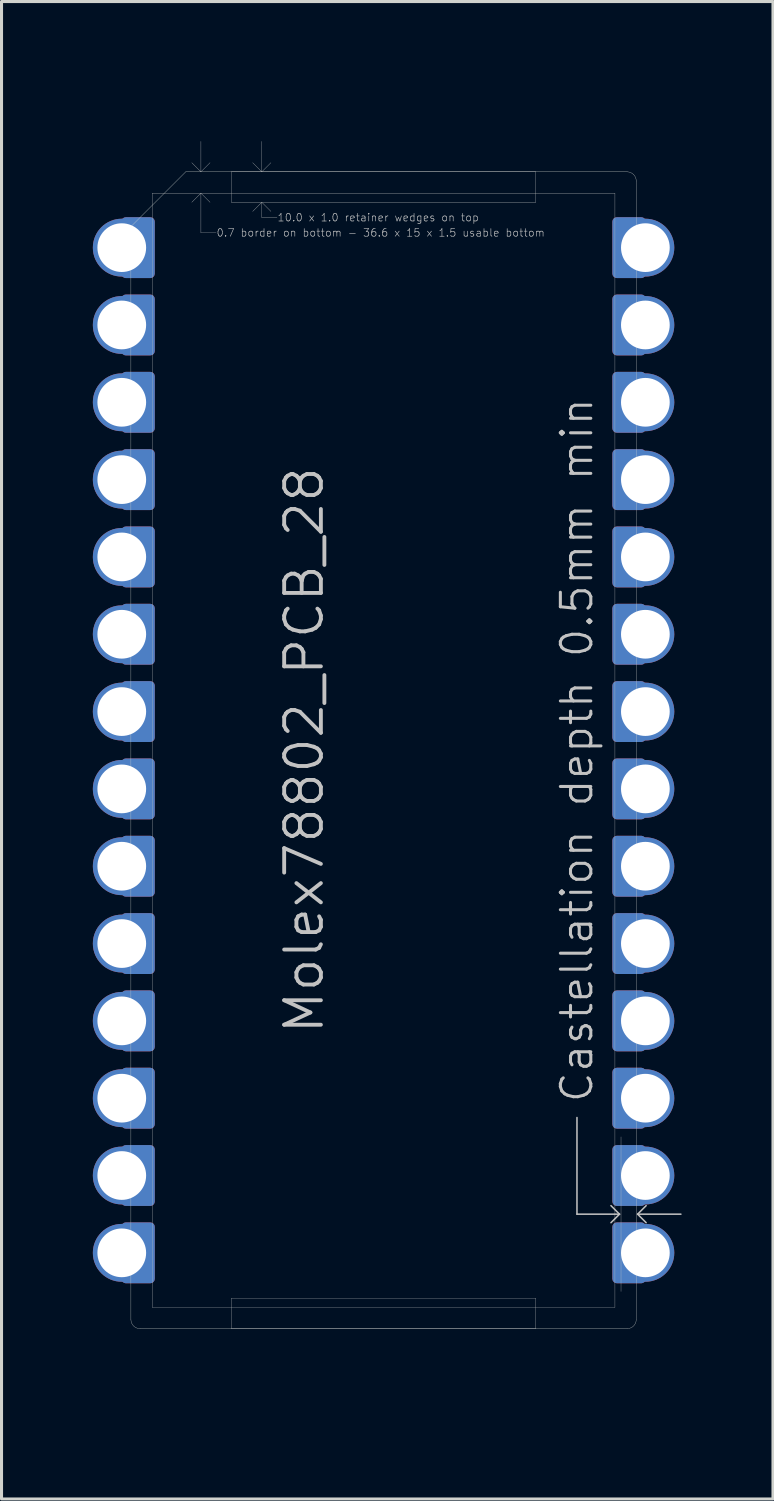
<source format=kicad_pcb>
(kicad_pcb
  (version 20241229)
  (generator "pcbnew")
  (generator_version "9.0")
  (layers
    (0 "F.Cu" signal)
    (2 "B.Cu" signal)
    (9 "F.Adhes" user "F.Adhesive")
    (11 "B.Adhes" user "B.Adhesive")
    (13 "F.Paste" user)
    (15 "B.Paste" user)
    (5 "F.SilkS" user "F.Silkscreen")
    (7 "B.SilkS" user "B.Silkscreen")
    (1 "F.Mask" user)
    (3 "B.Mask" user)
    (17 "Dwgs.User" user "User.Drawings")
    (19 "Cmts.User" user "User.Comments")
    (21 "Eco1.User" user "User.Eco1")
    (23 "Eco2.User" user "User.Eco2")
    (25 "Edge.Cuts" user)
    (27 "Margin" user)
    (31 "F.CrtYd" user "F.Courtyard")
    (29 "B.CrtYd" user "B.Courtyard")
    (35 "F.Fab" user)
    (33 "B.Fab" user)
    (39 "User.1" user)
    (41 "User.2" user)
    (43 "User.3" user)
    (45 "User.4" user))
  (footprint "Molex78802_PCB_28"
    (layer "F.Cu")
    (at 9.55 21.595)
    (property "Reference" "Molex78802_PCB_28" (at -1.905 0 270) (layer "Dwgs.User") (effects (font (size 1.206 1.206) (thickness 0.127)) (justify bottom)))
    (attr exclude_from_pos_files exclude_from_bom)
    (fp_line (start -7.6 -18.3) (end -7.6 18.3) (stroke (width 0.01) (type solid)) (layer "Dwgs.User"))
    (fp_line (start -7.6 -18.3) (end 7.6 -18.3) (stroke (width 0.01) (type solid)) (layer "Dwgs.User"))
    (fp_line (start -7.6 18.3) (end 7.6 18.3) (stroke (width 0.01) (type solid)) (layer "Dwgs.User"))
    (fp_line (start -6 -19) (end -6.3 -19.3) (stroke (width 0.01) (type solid)) (layer "Dwgs.User"))
    (fp_line (start -6 -19) (end -6 -20) (stroke (width 0.01) (type solid)) (layer "Dwgs.User"))
    (fp_line (start -6 -19) (end -5.7 -19.3) (stroke (width 0.01) (type solid)) (layer "Dwgs.User"))
    (fp_line (start -6 -18.3) (end -6.3 -18) (stroke (width 0.01) (type solid)) (layer "Dwgs.User"))
    (fp_line (start -6 -18.3) (end -6 -17) (stroke (width 0.01) (type solid)) (layer "Dwgs.User"))
    (fp_line (start -6 -18.3) (end -5.7 -18) (stroke (width 0.01) (type solid)) (layer "Dwgs.User"))
    (fp_line (start -6 -17) (end -5.5 -17) (stroke (width 0.01) (type solid)) (layer "Dwgs.User"))
    (fp_line (start -5 -19) (end -5 -18) (stroke (width 0.01) (type solid)) (layer "Dwgs.User"))
    (fp_line (start -5 -18) (end 5 -18) (stroke (width 0.01) (type solid)) (layer "Dwgs.User"))
    (fp_line (start -5 18) (end -5 19) (stroke (width 0.01) (type solid)) (layer "Dwgs.User"))
    (fp_line (start -5 18) (end 5 18) (stroke (width 0.01) (type solid)) (layer "Dwgs.User"))
    (fp_line (start -5 19) (end 5 19) (stroke (width 0.01) (type solid)) (layer "Dwgs.User"))
    (fp_line (start -4 -19) (end -4.3 -19.3) (stroke (width 0.01) (type solid)) (layer "Dwgs.User"))
    (fp_line (start -4 -19) (end -4 -20) (stroke (width 0.01) (type solid)) (layer "Dwgs.User"))
    (fp_line (start -4 -19) (end -3.7 -19.3) (stroke (width 0.01) (type solid)) (layer "Dwgs.User"))
    (fp_line (start -4 -18) (end -4.3 -17.7) (stroke (width 0.01) (type solid)) (layer "Dwgs.User"))
    (fp_line (start -4 -18) (end -4 -17.5) (stroke (width 0.01) (type solid)) (layer "Dwgs.User"))
    (fp_line (start -4 -18) (end -3.7 -17.7) (stroke (width 0.01) (type solid)) (layer "Dwgs.User"))
    (fp_line (start -4 -17.5) (end -3.5 -17.5) (stroke (width 0.01) (type solid)) (layer "Dwgs.User"))
    (fp_line (start 5 -19) (end -5 -19) (stroke (width 0.01) (type solid)) (layer "Dwgs.User"))
    (fp_line (start 5 -18) (end 5 -19) (stroke (width 0.01) (type solid)) (layer "Dwgs.User"))
    (fp_line (start 5 19) (end 5 18) (stroke (width 0.01) (type solid)) (layer "Dwgs.User"))
    (fp_line (start 6.353 12.065) (end 6.353 15.24) (stroke (width 0.05) (type solid)) (layer "Dwgs.User"))
    (fp_line (start 6.353 15.24) (end 7.75 15.24) (stroke (width 0.05) (type solid)) (layer "Dwgs.User"))
    (fp_line (start 7.47 14.96) (end 7.75 15.24) (stroke (width 0.05) (type solid)) (layer "Dwgs.User"))
    (fp_line (start 7.6 -18.3) (end 7.6 18.3) (stroke (width 0.01) (type solid)) (layer "Dwgs.User"))
    (fp_line (start 7.75 15.24) (end 7.47 15.52) (stroke (width 0.05) (type solid)) (layer "Dwgs.User"))
    (fp_line (start 7.8 17.78) (end 7.8 12.7) (stroke (width 0.01) (type solid)) (layer "Dwgs.User"))
    (fp_line (start 8.345 15.24) (end 8.625 15.52) (stroke (width 0.05) (type solid)) (layer "Dwgs.User"))
    (fp_line (start 8.37 15.24) (end 9.767 15.24) (stroke (width 0.05) (type solid)) (layer "Dwgs.User"))
    (fp_line (start 8.625 14.96) (end 8.345 15.24) (stroke (width 0.05) (type solid)) (layer "Dwgs.User"))
    (fp_line (start -8.26 -19.05) (end -0.762 -19.05) (stroke (width 0.01) (type solid)) (layer "Eco1.User"))
    (fp_line (start -8.26 19.05) (end -8.26 -19.05) (stroke (width 0.01) (type solid)) (layer "Eco1.User"))
    (fp_line (start -8.26 19.05) (end -4.559 19.05) (stroke (width 0.01) (type solid)) (layer "Eco1.User"))
    (fp_line (start -4.559 19.05) (end -4.559 21.59) (stroke (width 0.01) (type solid)) (layer "Eco1.User"))
    (fp_line (start -4.559 21.59) (end -3.035 21.59) (stroke (width 0.01) (type solid)) (layer "Eco1.User"))
    (fp_line (start -3.035 21.59) (end -3.035 19.05) (stroke (width 0.01) (type solid)) (layer "Eco1.User"))
    (fp_line (start -0.762 -21.59) (end 0.762 -21.59) (stroke (width 0.01) (type solid)) (layer "Eco1.User"))
    (fp_line (start -0.762 -19.05) (end -0.762 -21.59) (stroke (width 0.01) (type solid)) (layer "Eco1.User"))
    (fp_line (start 0.762 -21.59) (end 0.762 -19.05) (stroke (width 0.01) (type solid)) (layer "Eco1.User"))
    (fp_line (start 0.762 -19.05) (end 8.26 -19.05) (stroke (width 0.01) (type solid)) (layer "Eco1.User"))
    (fp_line (start 3.035 19.05) (end -3.035 19.05) (stroke (width 0.01) (type solid)) (layer "Eco1.User"))
    (fp_line (start 3.035 21.59) (end 3.035 19.05) (stroke (width 0.01) (type solid)) (layer "Eco1.User"))
    (fp_line (start 4.559 19.05) (end 4.559 21.59) (stroke (width 0.01) (type solid)) (layer "Eco1.User"))
    (fp_line (start 4.559 19.05) (end 8.26 19.05) (stroke (width 0.01) (type solid)) (layer "Eco1.User"))
    (fp_line (start 4.559 21.59) (end 3.035 21.59) (stroke (width 0.01) (type solid)) (layer "Eco1.User"))
    (fp_line (start 8.26 19.05) (end 8.26 -19.05) (stroke (width 0.01) (type solid)) (layer "Eco1.User"))
    (fp_line (start -8.3 18.7) (end -8.3 -17.2) (stroke (width 0.01) (type solid)) (layer "Edge.Cuts"))
    (fp_line (start -8 19) (end 8 19) (stroke (width 0.01) (type solid)) (layer "Edge.Cuts"))
    (fp_line (start -6.5 -19) (end -8.3 -17.2) (stroke (width 0.01) (type solid)) (layer "Edge.Cuts"))
    (fp_line (start 8 -19) (end -6.5 -19) (stroke (width 0.01) (type solid)) (layer "Edge.Cuts"))
    (fp_line (start 8.3 18.7) (end 8.3 -18.7) (stroke (width 0.01) (type solid)) (layer "Edge.Cuts"))
    (fp_arc (start -8 19) (mid -8.212132 18.912132) (end -8.3 18.7) (stroke (width 0.01) (type solid)) (layer "Edge.Cuts"))
    (fp_arc (start 8 -19) (mid 8.212132 -18.912132) (end 8.3 -18.7) (stroke (width 0.01) (type solid)) (layer "Edge.Cuts"))
    (fp_arc (start 8.3 18.7) (mid 8.212132 18.912132) (end 8 19) (stroke (width 0.01) (type solid)) (layer "Edge.Cuts"))
    (fp_text user "Castellation depth 0.5mm min" (at 6.35 0 270) (layer "Dwgs.User") (effects (font (size 1 1) (thickness 0.1))))
    (fp_text user "0.7 border on bottom - 36.6 x 15 x 1.5 usable bottom" (at -5.5 -17 0) (layer "Dwgs.User") (effects (font (size 0.25 0.25) (thickness 0.02)) (justify left)))
    (fp_text user "10.0 x 1.0 retainer wedges on top" (at -3.5 -17.5 0) (layer "Dwgs.User") (effects (font (size 0.25 0.25) (thickness 0.02)) (justify left)))
    (fp_text user "Eco1.User alternate Edge.Cuts for use without carrier." (at -4.445 0 270) (layer "Eco1.User") (effects (font (size 0.8 0.8) (thickness 0.05))))
    (pad "1" thru_hole circle (at -8.6 -16.51) (size 1.9 1.9) (drill 1.6) (property pad_prop_castellated) (layers "*.Cu" "*.Mask"))
    (pad "1" smd roundrect (at -8.065 -16.51) (size 1.1 2) (layers "F.Cu") (roundrect_rratio 0.136))
    (pad "1" smd roundrect (at -8.065 -16.51) (size 1.1 2) (layers "B.Cu") (roundrect_rratio 0.136))
    (pad "2" thru_hole circle (at -8.6 -13.97) (size 1.9 1.9) (drill 1.6) (property pad_prop_castellated) (layers "*.Cu" "*.Mask"))
    (pad "2" smd roundrect (at -8.065 -13.97) (size 1.1 2) (layers "F.Cu") (roundrect_rratio 0.136))
    (pad "2" smd roundrect (at -8.065 -13.97) (size 1.1 2) (layers "B.Cu") (roundrect_rratio 0.136))
    (pad "3" thru_hole circle (at -8.6 -11.43) (size 1.9 1.9) (drill 1.6) (property pad_prop_castellated) (layers "*.Cu" "*.Mask"))
    (pad "3" smd roundrect (at -8.065 -11.43) (size 1.1 2) (layers "F.Cu") (roundrect_rratio 0.136))
    (pad "3" smd roundrect (at -8.065 -11.43) (size 1.1 2) (layers "B.Cu") (roundrect_rratio 0.136))
    (pad "4" thru_hole circle (at -8.6 -8.89) (size 1.9 1.9) (drill 1.6) (property pad_prop_castellated) (layers "*.Cu" "*.Mask"))
    (pad "4" smd roundrect (at -8.065 -8.89) (size 1.1 2) (layers "F.Cu") (roundrect_rratio 0.136))
    (pad "4" smd roundrect (at -8.065 -8.89) (size 1.1 2) (layers "B.Cu") (roundrect_rratio 0.136))
    (pad "5" thru_hole circle (at -8.6 -6.35) (size 1.9 1.9) (drill 1.6) (property pad_prop_castellated) (layers "*.Cu" "*.Mask"))
    (pad "5" smd roundrect (at -8.065 -6.35) (size 1.1 2) (layers "F.Cu") (roundrect_rratio 0.136))
    (pad "5" smd roundrect (at -8.065 -6.35) (size 1.1 2) (layers "B.Cu") (roundrect_rratio 0.136))
    (pad "6" thru_hole circle (at -8.6 -3.81) (size 1.9 1.9) (drill 1.6) (property pad_prop_castellated) (layers "*.Cu" "*.Mask"))
    (pad "6" smd roundrect (at -8.065 -3.81) (size 1.1 2) (layers "F.Cu") (roundrect_rratio 0.136))
    (pad "6" smd roundrect (at -8.065 -3.81) (size 1.1 2) (layers "B.Cu") (roundrect_rratio 0.136))
    (pad "7" thru_hole circle (at -8.6 -1.27) (size 1.9 1.9) (drill 1.6) (property pad_prop_castellated) (layers "*.Cu" "*.Mask"))
    (pad "7" smd roundrect (at -8.065 -1.27) (size 1.1 2) (layers "F.Cu") (roundrect_rratio 0.136))
    (pad "7" smd roundrect (at -8.065 -1.27) (size 1.1 2) (layers "B.Cu") (roundrect_rratio 0.136))
    (pad "8" thru_hole circle (at -8.6 1.27) (size 1.9 1.9) (drill 1.6) (property pad_prop_castellated) (layers "*.Cu" "*.Mask"))
    (pad "8" smd roundrect (at -8.065 1.27) (size 1.1 2) (layers "F.Cu") (roundrect_rratio 0.136))
    (pad "8" smd roundrect (at -8.065 1.27) (size 1.1 2) (layers "B.Cu") (roundrect_rratio 0.136))
    (pad "9" thru_hole circle (at -8.6 3.81) (size 1.9 1.9) (drill 1.6) (property pad_prop_castellated) (layers "*.Cu" "*.Mask"))
    (pad "9" smd roundrect (at -8.065 3.81) (size 1.1 2) (layers "F.Cu") (roundrect_rratio 0.136))
    (pad "9" smd roundrect (at -8.065 3.81) (size 1.1 2) (layers "B.Cu") (roundrect_rratio 0.136))
    (pad "10" thru_hole circle (at -8.6 6.35) (size 1.9 1.9) (drill 1.6) (property pad_prop_castellated) (layers "*.Cu" "*.Mask"))
    (pad "10" smd roundrect (at -8.065 6.35) (size 1.1 2) (layers "F.Cu") (roundrect_rratio 0.136))
    (pad "10" smd roundrect (at -8.065 6.35) (size 1.1 2) (layers "B.Cu") (roundrect_rratio 0.136))
    (pad "11" thru_hole circle (at -8.6 8.89) (size 1.9 1.9) (drill 1.6) (property pad_prop_castellated) (layers "*.Cu" "*.Mask"))
    (pad "11" smd roundrect (at -8.065 8.89) (size 1.1 2) (layers "F.Cu") (roundrect_rratio 0.136))
    (pad "11" smd roundrect (at -8.065 8.89) (size 1.1 2) (layers "B.Cu") (roundrect_rratio 0.136))
    (pad "12" thru_hole circle (at -8.6 11.43) (size 1.9 1.9) (drill 1.6) (property pad_prop_castellated) (layers "*.Cu" "*.Mask"))
    (pad "12" smd roundrect (at -8.065 11.43) (size 1.1 2) (layers "F.Cu") (roundrect_rratio 0.136))
    (pad "12" smd roundrect (at -8.065 11.43) (size 1.1 2) (layers "B.Cu") (roundrect_rratio 0.136))
    (pad "13" thru_hole circle (at -8.6 13.97) (size 1.9 1.9) (drill 1.6) (property pad_prop_castellated) (layers "*.Cu" "*.Mask"))
    (pad "13" smd roundrect (at -8.065 13.97) (size 1.1 2) (layers "F.Cu") (roundrect_rratio 0.136))
    (pad "13" smd roundrect (at -8.065 13.97) (size 1.1 2) (layers "B.Cu") (roundrect_rratio 0.136))
    (pad "14" thru_hole circle (at -8.6 16.51) (size 1.9 1.9) (drill 1.6) (property pad_prop_castellated) (layers "*.Cu" "*.Mask"))
    (pad "14" smd roundrect (at -8.065 16.51) (size 1.1 2) (layers "F.Cu") (roundrect_rratio 0.136))
    (pad "14" smd roundrect (at -8.065 16.51) (size 1.1 2) (layers "B.Cu") (roundrect_rratio 0.136))
    (pad "15" smd roundrect (at 8.065 16.51) (size 1.1 2) (layers "F.Cu") (roundrect_rratio 0.136))
    (pad "15" smd roundrect (at 8.065 16.51) (size 1.1 2) (layers "B.Cu") (roundrect_rratio 0.136))
    (pad "15" thru_hole circle (at 8.6 16.51) (size 1.9 1.9) (drill 1.6) (property pad_prop_castellated) (layers "*.Cu" "*.Mask"))
    (pad "16" smd roundrect (at 8.065 13.97) (size 1.1 2) (layers "F.Cu") (roundrect_rratio 0.136))
    (pad "16" smd roundrect (at 8.065 13.97) (size 1.1 2) (layers "B.Cu") (roundrect_rratio 0.136))
    (pad "16" thru_hole circle (at 8.6 13.97) (size 1.9 1.9) (drill 1.6) (property pad_prop_castellated) (layers "*.Cu" "*.Mask"))
    (pad "17" smd roundrect (at 8.065 11.43) (size 1.1 2) (layers "F.Cu") (roundrect_rratio 0.136))
    (pad "17" smd roundrect (at 8.065 11.43) (size 1.1 2) (layers "B.Cu") (roundrect_rratio 0.136))
    (pad "17" thru_hole circle (at 8.6 11.43) (size 1.9 1.9) (drill 1.6) (property pad_prop_castellated) (layers "*.Cu" "*.Mask"))
    (pad "18" smd roundrect (at 8.065 8.89) (size 1.1 2) (layers "F.Cu") (roundrect_rratio 0.136))
    (pad "18" smd roundrect (at 8.065 8.89) (size 1.1 2) (layers "B.Cu") (roundrect_rratio 0.136))
    (pad "18" thru_hole circle (at 8.6 8.89) (size 1.9 1.9) (drill 1.6) (property pad_prop_castellated) (layers "*.Cu" "*.Mask"))
    (pad "19" smd roundrect (at 8.065 6.35) (size 1.1 2) (layers "F.Cu") (roundrect_rratio 0.136))
    (pad "19" smd roundrect (at 8.065 6.35) (size 1.1 2) (layers "B.Cu") (roundrect_rratio 0.136))
    (pad "19" thru_hole circle (at 8.6 6.35) (size 1.9 1.9) (drill 1.6) (property pad_prop_castellated) (layers "*.Cu" "*.Mask"))
    (pad "20" smd roundrect (at 8.065 3.81) (size 1.1 2) (layers "F.Cu") (roundrect_rratio 0.136))
    (pad "20" smd roundrect (at 8.065 3.81) (size 1.1 2) (layers "B.Cu") (roundrect_rratio 0.136))
    (pad "20" thru_hole circle (at 8.6 3.81) (size 1.9 1.9) (drill 1.6) (property pad_prop_castellated) (layers "*.Cu" "*.Mask"))
    (pad "21" smd roundrect (at 8.065 1.27) (size 1.1 2) (layers "F.Cu") (roundrect_rratio 0.136))
    (pad "21" smd roundrect (at 8.065 1.27) (size 1.1 2) (layers "B.Cu") (roundrect_rratio 0.136))
    (pad "21" thru_hole circle (at 8.6 1.27) (size 1.9 1.9) (drill 1.6) (property pad_prop_castellated) (layers "*.Cu" "*.Mask"))
    (pad "22" smd roundrect (at 8.065 -1.27) (size 1.1 2) (layers "F.Cu") (roundrect_rratio 0.136))
    (pad "22" smd roundrect (at 8.065 -1.27) (size 1.1 2) (layers "B.Cu") (roundrect_rratio 0.136))
    (pad "22" thru_hole circle (at 8.6 -1.27) (size 1.9 1.9) (drill 1.6) (property pad_prop_castellated) (layers "*.Cu" "*.Mask"))
    (pad "23" smd roundrect (at 8.065 -3.81) (size 1.1 2) (layers "F.Cu") (roundrect_rratio 0.136))
    (pad "23" smd roundrect (at 8.065 -3.81) (size 1.1 2) (layers "B.Cu") (roundrect_rratio 0.136))
    (pad "23" thru_hole circle (at 8.6 -3.81) (size 1.9 1.9) (drill 1.6) (property pad_prop_castellated) (layers "*.Cu" "*.Mask"))
    (pad "24" smd roundrect (at 8.065 -6.35) (size 1.1 2) (layers "F.Cu") (roundrect_rratio 0.136))
    (pad "24" smd roundrect (at 8.065 -6.35) (size 1.1 2) (layers "B.Cu") (roundrect_rratio 0.136))
    (pad "24" thru_hole circle (at 8.6 -6.35) (size 1.9 1.9) (drill 1.6) (property pad_prop_castellated) (layers "*.Cu" "*.Mask"))
    (pad "25" smd roundrect (at 8.065 -8.89) (size 1.1 2) (layers "F.Cu") (roundrect_rratio 0.136))
    (pad "25" smd roundrect (at 8.065 -8.89) (size 1.1 2) (layers "B.Cu") (roundrect_rratio 0.136))
    (pad "25" thru_hole circle (at 8.6 -8.89) (size 1.9 1.9) (drill 1.6) (property pad_prop_castellated) (layers "*.Cu" "*.Mask"))
    (pad "26" smd roundrect (at 8.065 -11.43) (size 1.1 2) (layers "F.Cu") (roundrect_rratio 0.136))
    (pad "26" smd roundrect (at 8.065 -11.43) (size 1.1 2) (layers "B.Cu") (roundrect_rratio 0.136))
    (pad "26" thru_hole circle (at 8.6 -11.43) (size 1.9 1.9) (drill 1.6) (property pad_prop_castellated) (layers "*.Cu" "*.Mask"))
    (pad "27" smd roundrect (at 8.065 -13.97) (size 1.1 2) (layers "F.Cu") (roundrect_rratio 0.136))
    (pad "27" smd roundrect (at 8.065 -13.97) (size 1.1 2) (layers "B.Cu") (roundrect_rratio 0.136))
    (pad "27" thru_hole circle (at 8.6 -13.97) (size 1.9 1.9) (drill 1.6) (property pad_prop_castellated) (layers "*.Cu" "*.Mask"))
    (pad "28" smd roundrect (at 8.065 -16.51) (size 1.1 2) (layers "F.Cu") (roundrect_rratio 0.136))
    (pad "28" smd roundrect (at 8.065 -16.51) (size 1.1 2) (layers "B.Cu") (roundrect_rratio 0.136))
    (pad "28" thru_hole circle (at 8.6 -16.51) (size 1.9 1.9) (drill 1.6) (property pad_prop_castellated) (layers "*.Cu" "*.Mask")))
  (gr_rect
    (start -3 -3)
    (end 22.342 46.19)
    (stroke (width 0.1) (type default))
    (fill no)
    (layer "Edge.Cuts")))
</source>
